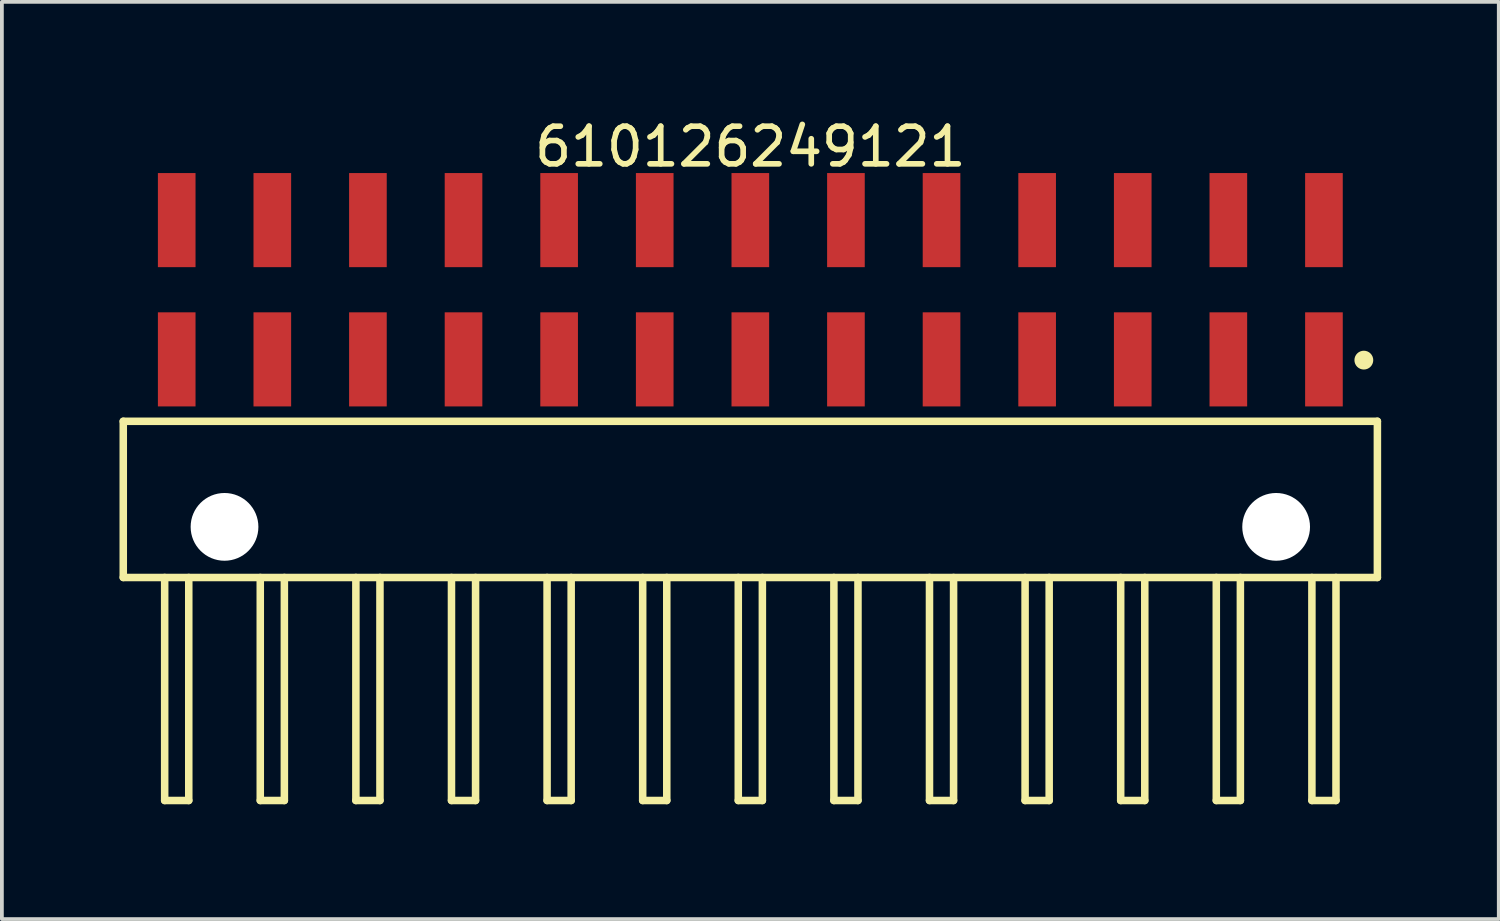
<source format=kicad_pcb>
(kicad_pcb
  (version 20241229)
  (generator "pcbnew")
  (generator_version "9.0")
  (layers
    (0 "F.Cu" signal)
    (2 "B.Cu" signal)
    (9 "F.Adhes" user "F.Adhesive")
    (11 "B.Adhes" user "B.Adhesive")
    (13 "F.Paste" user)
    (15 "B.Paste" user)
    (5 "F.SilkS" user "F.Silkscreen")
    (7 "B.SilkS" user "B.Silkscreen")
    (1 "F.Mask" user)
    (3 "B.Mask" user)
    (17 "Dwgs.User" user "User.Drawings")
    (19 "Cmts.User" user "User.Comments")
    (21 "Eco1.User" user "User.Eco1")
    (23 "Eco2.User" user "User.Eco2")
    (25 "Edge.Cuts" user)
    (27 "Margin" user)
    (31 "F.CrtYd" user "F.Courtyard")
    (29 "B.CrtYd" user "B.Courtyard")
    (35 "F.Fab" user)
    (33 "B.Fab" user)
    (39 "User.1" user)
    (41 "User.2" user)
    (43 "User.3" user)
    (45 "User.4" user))
  (footprint "610126249121"
    (layer "F.Cu")
    (at 16.885 10.218)
    (property "Reference" "610126249121" (at 0 -9.37 0) (layer "F.SilkS") (effects (font (size 1 1) (thickness 0.15))))
    (fp_line (start -16.66 -2.075) (end 16.66 -2.075) (stroke (width 0.2) (type solid)) (layer "F.SilkS"))
    (fp_line (start -16.66 2.075) (end -16.66 -2.075) (stroke (width 0.2) (type solid)) (layer "F.SilkS"))
    (fp_line (start -16.66 2.075) (end 16.66 2.075) (stroke (width 0.2) (type solid)) (layer "F.SilkS"))
    (fp_line (start -15.56 8) (end -15.56 2.075) (stroke (width 0.2) (type solid)) (layer "F.SilkS"))
    (fp_line (start -15.56 8) (end -14.92 8) (stroke (width 0.2) (type solid)) (layer "F.SilkS"))
    (fp_line (start -14.92 8) (end -14.92 2.075) (stroke (width 0.2) (type solid)) (layer "F.SilkS"))
    (fp_line (start -13.02 8) (end -13.02 2.075) (stroke (width 0.2) (type solid)) (layer "F.SilkS"))
    (fp_line (start -13.02 8) (end -12.38 8) (stroke (width 0.2) (type solid)) (layer "F.SilkS"))
    (fp_line (start -12.38 8) (end -12.38 2.075) (stroke (width 0.2) (type solid)) (layer "F.SilkS"))
    (fp_line (start -10.48 8) (end -10.48 2.075) (stroke (width 0.2) (type solid)) (layer "F.SilkS"))
    (fp_line (start -10.48 8) (end -9.84 8) (stroke (width 0.2) (type solid)) (layer "F.SilkS"))
    (fp_line (start -9.84 8) (end -9.84 2.075) (stroke (width 0.2) (type solid)) (layer "F.SilkS"))
    (fp_line (start -7.94 8) (end -7.94 2.075) (stroke (width 0.2) (type solid)) (layer "F.SilkS"))
    (fp_line (start -7.94 8) (end -7.3 8) (stroke (width 0.2) (type solid)) (layer "F.SilkS"))
    (fp_line (start -7.3 8) (end -7.3 2.075) (stroke (width 0.2) (type solid)) (layer "F.SilkS"))
    (fp_line (start -5.4 8) (end -5.4 2.075) (stroke (width 0.2) (type solid)) (layer "F.SilkS"))
    (fp_line (start -5.4 8) (end -4.76 8) (stroke (width 0.2) (type solid)) (layer "F.SilkS"))
    (fp_line (start -4.76 8) (end -4.76 2.075) (stroke (width 0.2) (type solid)) (layer "F.SilkS"))
    (fp_line (start -2.86 8) (end -2.86 2.075) (stroke (width 0.2) (type solid)) (layer "F.SilkS"))
    (fp_line (start -2.86 8) (end -2.22 8) (stroke (width 0.2) (type solid)) (layer "F.SilkS"))
    (fp_line (start -2.22 8) (end -2.22 2.075) (stroke (width 0.2) (type solid)) (layer "F.SilkS"))
    (fp_line (start -0.32 8) (end -0.32 2.075) (stroke (width 0.2) (type solid)) (layer "F.SilkS"))
    (fp_line (start -0.32 8) (end 0.32 8) (stroke (width 0.2) (type solid)) (layer "F.SilkS"))
    (fp_line (start 0.32 8) (end 0.32 2.075) (stroke (width 0.2) (type solid)) (layer "F.SilkS"))
    (fp_line (start 2.22 8) (end 2.22 2.075) (stroke (width 0.2) (type solid)) (layer "F.SilkS"))
    (fp_line (start 2.22 8) (end 2.86 8) (stroke (width 0.2) (type solid)) (layer "F.SilkS"))
    (fp_line (start 2.86 8) (end 2.86 2.075) (stroke (width 0.2) (type solid)) (layer "F.SilkS"))
    (fp_line (start 4.76 8) (end 4.76 2.075) (stroke (width 0.2) (type solid)) (layer "F.SilkS"))
    (fp_line (start 4.76 8) (end 5.4 8) (stroke (width 0.2) (type solid)) (layer "F.SilkS"))
    (fp_line (start 5.4 8) (end 5.4 2.075) (stroke (width 0.2) (type solid)) (layer "F.SilkS"))
    (fp_line (start 7.3 8) (end 7.3 2.075) (stroke (width 0.2) (type solid)) (layer "F.SilkS"))
    (fp_line (start 7.3 8) (end 7.94 8) (stroke (width 0.2) (type solid)) (layer "F.SilkS"))
    (fp_line (start 7.94 8) (end 7.94 2.075) (stroke (width 0.2) (type solid)) (layer "F.SilkS"))
    (fp_line (start 9.84 8) (end 9.84 2.075) (stroke (width 0.2) (type solid)) (layer "F.SilkS"))
    (fp_line (start 9.84 8) (end 10.48 8) (stroke (width 0.2) (type solid)) (layer "F.SilkS"))
    (fp_line (start 10.48 8) (end 10.48 2.075) (stroke (width 0.2) (type solid)) (layer "F.SilkS"))
    (fp_line (start 12.38 8) (end 12.38 2.075) (stroke (width 0.2) (type solid)) (layer "F.SilkS"))
    (fp_line (start 12.38 8) (end 13.02 8) (stroke (width 0.2) (type solid)) (layer "F.SilkS"))
    (fp_line (start 13.02 8) (end 13.02 2.075) (stroke (width 0.2) (type solid)) (layer "F.SilkS"))
    (fp_line (start 14.92 8) (end 14.92 2.075) (stroke (width 0.2) (type solid)) (layer "F.SilkS"))
    (fp_line (start 14.92 8) (end 15.56 8) (stroke (width 0.2) (type solid)) (layer "F.SilkS"))
    (fp_line (start 15.56 8) (end 15.56 2.075) (stroke (width 0.2) (type solid)) (layer "F.SilkS"))
    (fp_line (start 16.66 2.075) (end 16.66 -2.075) (stroke (width 0.2) (type solid)) (layer "F.SilkS"))
    (fp_circle (center 16.3 -3.7) (end 16.3 -3.825) (stroke (width 0.25) (type solid)) (fill no) (layer "F.SilkS"))
    (fp_line (start -16.86 -8.87) (end 16.86 -8.87) (stroke (width 0.05) (type solid)) (layer "Eco2.User"))
    (fp_line (start -16.86 8.125) (end -16.86 -8.87) (stroke (width 0.05) (type solid)) (layer "Eco2.User"))
    (fp_line (start -16.86 8.125) (end 16.86 8.125) (stroke (width 0.05) (type solid)) (layer "Eco2.User"))
    (fp_line (start -16.51 -2) (end 16.51 -2) (stroke (width 0.1) (type solid)) (layer "Eco2.User"))
    (fp_line (start -16.51 2) (end -16.51 -2) (stroke (width 0.1) (type solid)) (layer "Eco2.User"))
    (fp_line (start -16.51 2) (end 16.51 2) (stroke (width 0.1) (type solid)) (layer "Eco2.User"))
    (fp_line (start -15.57 -8.16) (end -14.93 -8.16) (stroke (width 0.1) (type solid)) (layer "Eco2.User"))
    (fp_line (start -15.57 -7.815) (end -15.57 -8.16) (stroke (width 0.1) (type solid)) (layer "Eco2.User"))
    (fp_line (start -15.57 -7.535) (end -15.57 -7.815) (stroke (width 0.1) (type solid)) (layer "Eco2.User"))
    (fp_line (start -15.57 -4.48) (end -14.93 -4.48) (stroke (width 0.1) (type solid)) (layer "Eco2.User"))
    (fp_line (start -15.57 -4.135) (end -15.57 -4.26) (stroke (width 0.1) (type solid)) (layer "Eco2.User"))
    (fp_line (start -15.57 -2) (end -15.57 -8.16) (stroke (width 0.1) (type solid)) (layer "Eco2.User"))
    (fp_line (start -15.56 8) (end -15.56 2) (stroke (width 0.1) (type solid)) (layer "Eco2.User"))
    (fp_line (start -15.56 8) (end -14.92 8) (stroke (width 0.1) (type solid)) (layer "Eco2.User"))
    (fp_line (start -14.93 -7.815) (end -14.93 -8.16) (stroke (width 0.1) (type solid)) (layer "Eco2.User"))
    (fp_line (start -14.93 -7.535) (end -14.93 -7.815) (stroke (width 0.1) (type solid)) (layer "Eco2.User"))
    (fp_line (start -14.93 -4.135) (end -14.93 -4.26) (stroke (width 0.1) (type solid)) (layer "Eco2.User"))
    (fp_line (start -14.93 -2) (end -14.93 -8.16) (stroke (width 0.1) (type solid)) (layer "Eco2.User"))
    (fp_line (start -14.92 8) (end -14.92 2) (stroke (width 0.1) (type solid)) (layer "Eco2.User"))
    (fp_line (start -13.03 -8.16) (end -12.39 -8.16) (stroke (width 0.1) (type solid)) (layer "Eco2.User"))
    (fp_line (start -13.03 -7.815) (end -13.03 -8.16) (stroke (width 0.1) (type solid)) (layer "Eco2.User"))
    (fp_line (start -13.03 -7.535) (end -13.03 -7.815) (stroke (width 0.1) (type solid)) (layer "Eco2.User"))
    (fp_line (start -13.03 -4.48) (end -12.39 -4.48) (stroke (width 0.1) (type solid)) (layer "Eco2.User"))
    (fp_line (start -13.03 -4.135) (end -13.03 -4.26) (stroke (width 0.1) (type solid)) (layer "Eco2.User"))
    (fp_line (start -13.03 -2) (end -13.03 -8.16) (stroke (width 0.1) (type solid)) (layer "Eco2.User"))
    (fp_line (start -13.02 8) (end -13.02 2) (stroke (width 0.1) (type solid)) (layer "Eco2.User"))
    (fp_line (start -13.02 8) (end -12.38 8) (stroke (width 0.1) (type solid)) (layer "Eco2.User"))
    (fp_line (start -12.39 -7.815) (end -12.39 -8.16) (stroke (width 0.1) (type solid)) (layer "Eco2.User"))
    (fp_line (start -12.39 -7.535) (end -12.39 -7.815) (stroke (width 0.1) (type solid)) (layer "Eco2.User"))
    (fp_line (start -12.39 -4.135) (end -12.39 -4.26) (stroke (width 0.1) (type solid)) (layer "Eco2.User"))
    (fp_line (start -12.39 -2) (end -12.39 -8.16) (stroke (width 0.1) (type solid)) (layer "Eco2.User"))
    (fp_line (start -12.38 8) (end -12.38 2) (stroke (width 0.1) (type solid)) (layer "Eco2.User"))
    (fp_line (start -10.49 -8.16) (end -9.85 -8.16) (stroke (width 0.1) (type solid)) (layer "Eco2.User"))
    (fp_line (start -10.49 -7.815) (end -10.49 -8.16) (stroke (width 0.1) (type solid)) (layer "Eco2.User"))
    (fp_line (start -10.49 -7.535) (end -10.49 -7.815) (stroke (width 0.1) (type solid)) (layer "Eco2.User"))
    (fp_line (start -10.49 -4.48) (end -9.85 -4.48) (stroke (width 0.1) (type solid)) (layer "Eco2.User"))
    (fp_line (start -10.49 -4.135) (end -10.49 -4.26) (stroke (width 0.1) (type solid)) (layer "Eco2.User"))
    (fp_line (start -10.49 -2) (end -10.49 -8.16) (stroke (width 0.1) (type solid)) (layer "Eco2.User"))
    (fp_line (start -10.48 8) (end -10.48 2) (stroke (width 0.1) (type solid)) (layer "Eco2.User"))
    (fp_line (start -10.48 8) (end -9.84 8) (stroke (width 0.1) (type solid)) (layer "Eco2.User"))
    (fp_line (start -9.85 -7.815) (end -9.85 -8.16) (stroke (width 0.1) (type solid)) (layer "Eco2.User"))
    (fp_line (start -9.85 -7.535) (end -9.85 -7.815) (stroke (width 0.1) (type solid)) (layer "Eco2.User"))
    (fp_line (start -9.85 -4.135) (end -9.85 -4.26) (stroke (width 0.1) (type solid)) (layer "Eco2.User"))
    (fp_line (start -9.85 -2) (end -9.85 -8.16) (stroke (width 0.1) (type solid)) (layer "Eco2.User"))
    (fp_line (start -9.84 8) (end -9.84 2) (stroke (width 0.1) (type solid)) (layer "Eco2.User"))
    (fp_line (start -7.95 -8.16) (end -7.31 -8.16) (stroke (width 0.1) (type solid)) (layer "Eco2.User"))
    (fp_line (start -7.95 -7.815) (end -7.95 -8.16) (stroke (width 0.1) (type solid)) (layer "Eco2.User"))
    (fp_line (start -7.95 -7.535) (end -7.95 -7.815) (stroke (width 0.1) (type solid)) (layer "Eco2.User"))
    (fp_line (start -7.95 -4.48) (end -7.31 -4.48) (stroke (width 0.1) (type solid)) (layer "Eco2.User"))
    (fp_line (start -7.95 -4.135) (end -7.95 -4.26) (stroke (width 0.1) (type solid)) (layer "Eco2.User"))
    (fp_line (start -7.95 -2) (end -7.95 -8.16) (stroke (width 0.1) (type solid)) (layer "Eco2.User"))
    (fp_line (start -7.94 8) (end -7.94 2) (stroke (width 0.1) (type solid)) (layer "Eco2.User"))
    (fp_line (start -7.94 8) (end -7.3 8) (stroke (width 0.1) (type solid)) (layer "Eco2.User"))
    (fp_line (start -7.31 -7.815) (end -7.31 -8.16) (stroke (width 0.1) (type solid)) (layer "Eco2.User"))
    (fp_line (start -7.31 -7.535) (end -7.31 -7.815) (stroke (width 0.1) (type solid)) (layer "Eco2.User"))
    (fp_line (start -7.31 -4.135) (end -7.31 -4.26) (stroke (width 0.1) (type solid)) (layer "Eco2.User"))
    (fp_line (start -7.31 -2) (end -7.31 -8.16) (stroke (width 0.1) (type solid)) (layer "Eco2.User"))
    (fp_line (start -7.3 8) (end -7.3 2) (stroke (width 0.1) (type solid)) (layer "Eco2.User"))
    (fp_line (start -5.41 -8.16) (end -4.77 -8.16) (stroke (width 0.1) (type solid)) (layer "Eco2.User"))
    (fp_line (start -5.41 -7.815) (end -5.41 -8.16) (stroke (width 0.1) (type solid)) (layer "Eco2.User"))
    (fp_line (start -5.41 -7.535) (end -5.41 -7.815) (stroke (width 0.1) (type solid)) (layer "Eco2.User"))
    (fp_line (start -5.41 -4.48) (end -4.77 -4.48) (stroke (width 0.1) (type solid)) (layer "Eco2.User"))
    (fp_line (start -5.41 -4.135) (end -5.41 -4.26) (stroke (width 0.1) (type solid)) (layer "Eco2.User"))
    (fp_line (start -5.41 -2) (end -5.41 -8.16) (stroke (width 0.1) (type solid)) (layer "Eco2.User"))
    (fp_line (start -5.4 8) (end -5.4 2) (stroke (width 0.1) (type solid)) (layer "Eco2.User"))
    (fp_line (start -5.4 8) (end -4.76 8) (stroke (width 0.1) (type solid)) (layer "Eco2.User"))
    (fp_line (start -4.77 -7.815) (end -4.77 -8.16) (stroke (width 0.1) (type solid)) (layer "Eco2.User"))
    (fp_line (start -4.77 -7.535) (end -4.77 -7.815) (stroke (width 0.1) (type solid)) (layer "Eco2.User"))
    (fp_line (start -4.77 -4.135) (end -4.77 -4.26) (stroke (width 0.1) (type solid)) (layer "Eco2.User"))
    (fp_line (start -4.77 -2) (end -4.77 -8.16) (stroke (width 0.1) (type solid)) (layer "Eco2.User"))
    (fp_line (start -4.76 8) (end -4.76 2) (stroke (width 0.1) (type solid)) (layer "Eco2.User"))
    (fp_line (start -2.87 -8.16) (end -2.23 -8.16) (stroke (width 0.1) (type solid)) (layer "Eco2.User"))
    (fp_line (start -2.87 -7.815) (end -2.87 -8.16) (stroke (width 0.1) (type solid)) (layer "Eco2.User"))
    (fp_line (start -2.87 -7.535) (end -2.87 -7.815) (stroke (width 0.1) (type solid)) (layer "Eco2.User"))
    (fp_line (start -2.87 -4.48) (end -2.23 -4.48) (stroke (width 0.1) (type solid)) (layer "Eco2.User"))
    (fp_line (start -2.87 -4.135) (end -2.87 -4.26) (stroke (width 0.1) (type solid)) (layer "Eco2.User"))
    (fp_line (start -2.87 -2) (end -2.87 -8.16) (stroke (width 0.1) (type solid)) (layer "Eco2.User"))
    (fp_line (start -2.86 8) (end -2.86 2) (stroke (width 0.1) (type solid)) (layer "Eco2.User"))
    (fp_line (start -2.86 8) (end -2.22 8) (stroke (width 0.1) (type solid)) (layer "Eco2.User"))
    (fp_line (start -2.23 -7.815) (end -2.23 -8.16) (stroke (width 0.1) (type solid)) (layer "Eco2.User"))
    (fp_line (start -2.23 -7.535) (end -2.23 -7.815) (stroke (width 0.1) (type solid)) (layer "Eco2.User"))
    (fp_line (start -2.23 -4.135) (end -2.23 -4.26) (stroke (width 0.1) (type solid)) (layer "Eco2.User"))
    (fp_line (start -2.23 -2) (end -2.23 -8.16) (stroke (width 0.1) (type solid)) (layer "Eco2.User"))
    (fp_line (start -2.22 8) (end -2.22 2) (stroke (width 0.1) (type solid)) (layer "Eco2.User"))
    (fp_line (start -0.5 0) (end 0.5 0) (stroke (width 0.05) (type solid)) (layer "Eco2.User"))
    (fp_line (start -0.33 -8.16) (end 0.31 -8.16) (stroke (width 0.1) (type solid)) (layer "Eco2.User"))
    (fp_line (start -0.33 -7.815) (end -0.33 -8.16) (stroke (width 0.1) (type solid)) (layer "Eco2.User"))
    (fp_line (start -0.33 -7.535) (end -0.33 -7.815) (stroke (width 0.1) (type solid)) (layer "Eco2.User"))
    (fp_line (start -0.33 -4.48) (end 0.31 -4.48) (stroke (width 0.1) (type solid)) (layer "Eco2.User"))
    (fp_line (start -0.33 -4.135) (end -0.33 -4.26) (stroke (width 0.1) (type solid)) (layer "Eco2.User"))
    (fp_line (start -0.33 -2) (end -0.33 -8.16) (stroke (width 0.1) (type solid)) (layer "Eco2.User"))
    (fp_line (start -0.32 8) (end -0.32 2) (stroke (width 0.1) (type solid)) (layer "Eco2.User"))
    (fp_line (start -0.32 8) (end 0.32 8) (stroke (width 0.1) (type solid)) (layer "Eco2.User"))
    (fp_line (start 0 0.5) (end 0 -0.5) (stroke (width 0.05) (type solid)) (layer "Eco2.User"))
    (fp_line (start 0.31 -7.815) (end 0.31 -8.16) (stroke (width 0.1) (type solid)) (layer "Eco2.User"))
    (fp_line (start 0.31 -7.535) (end 0.31 -7.815) (stroke (width 0.1) (type solid)) (layer "Eco2.User"))
    (fp_line (start 0.31 -4.135) (end 0.31 -4.26) (stroke (width 0.1) (type solid)) (layer "Eco2.User"))
    (fp_line (start 0.31 -2) (end 0.31 -8.16) (stroke (width 0.1) (type solid)) (layer "Eco2.User"))
    (fp_line (start 0.32 8) (end 0.32 2) (stroke (width 0.1) (type solid)) (layer "Eco2.User"))
    (fp_line (start 2.21 -8.16) (end 2.85 -8.16) (stroke (width 0.1) (type solid)) (layer "Eco2.User"))
    (fp_line (start 2.21 -7.815) (end 2.21 -8.16) (stroke (width 0.1) (type solid)) (layer "Eco2.User"))
    (fp_line (start 2.21 -7.535) (end 2.21 -7.815) (stroke (width 0.1) (type solid)) (layer "Eco2.User"))
    (fp_line (start 2.21 -4.48) (end 2.85 -4.48) (stroke (width 0.1) (type solid)) (layer "Eco2.User"))
    (fp_line (start 2.21 -4.135) (end 2.21 -4.26) (stroke (width 0.1) (type solid)) (layer "Eco2.User"))
    (fp_line (start 2.21 -2) (end 2.21 -8.16) (stroke (width 0.1) (type solid)) (layer "Eco2.User"))
    (fp_line (start 2.22 8) (end 2.22 2) (stroke (width 0.1) (type solid)) (layer "Eco2.User"))
    (fp_line (start 2.22 8) (end 2.86 8) (stroke (width 0.1) (type solid)) (layer "Eco2.User"))
    (fp_line (start 2.85 -7.815) (end 2.85 -8.16) (stroke (width 0.1) (type solid)) (layer "Eco2.User"))
    (fp_line (start 2.85 -7.535) (end 2.85 -7.815) (stroke (width 0.1) (type solid)) (layer "Eco2.User"))
    (fp_line (start 2.85 -4.135) (end 2.85 -4.26) (stroke (width 0.1) (type solid)) (layer "Eco2.User"))
    (fp_line (start 2.85 -2) (end 2.85 -8.16) (stroke (width 0.1) (type solid)) (layer "Eco2.User"))
    (fp_line (start 2.86 8) (end 2.86 2) (stroke (width 0.1) (type solid)) (layer "Eco2.User"))
    (fp_line (start 4.75 -8.16) (end 5.39 -8.16) (stroke (width 0.1) (type solid)) (layer "Eco2.User"))
    (fp_line (start 4.75 -7.815) (end 4.75 -8.16) (stroke (width 0.1) (type solid)) (layer "Eco2.User"))
    (fp_line (start 4.75 -7.535) (end 4.75 -7.815) (stroke (width 0.1) (type solid)) (layer "Eco2.User"))
    (fp_line (start 4.75 -4.48) (end 5.39 -4.48) (stroke (width 0.1) (type solid)) (layer "Eco2.User"))
    (fp_line (start 4.75 -4.135) (end 4.75 -4.26) (stroke (width 0.1) (type solid)) (layer "Eco2.User"))
    (fp_line (start 4.75 -2) (end 4.75 -8.16) (stroke (width 0.1) (type solid)) (layer "Eco2.User"))
    (fp_line (start 4.76 8) (end 4.76 2) (stroke (width 0.1) (type solid)) (layer "Eco2.User"))
    (fp_line (start 4.76 8) (end 5.4 8) (stroke (width 0.1) (type solid)) (layer "Eco2.User"))
    (fp_line (start 5.39 -7.815) (end 5.39 -8.16) (stroke (width 0.1) (type solid)) (layer "Eco2.User"))
    (fp_line (start 5.39 -7.535) (end 5.39 -7.815) (stroke (width 0.1) (type solid)) (layer "Eco2.User"))
    (fp_line (start 5.39 -4.135) (end 5.39 -4.26) (stroke (width 0.1) (type solid)) (layer "Eco2.User"))
    (fp_line (start 5.39 -2) (end 5.39 -8.16) (stroke (width 0.1) (type solid)) (layer "Eco2.User"))
    (fp_line (start 5.4 8) (end 5.4 2) (stroke (width 0.1) (type solid)) (layer "Eco2.User"))
    (fp_line (start 7.29 -8.16) (end 7.93 -8.16) (stroke (width 0.1) (type solid)) (layer "Eco2.User"))
    (fp_line (start 7.29 -7.815) (end 7.29 -8.16) (stroke (width 0.1) (type solid)) (layer "Eco2.User"))
    (fp_line (start 7.29 -7.535) (end 7.29 -7.815) (stroke (width 0.1) (type solid)) (layer "Eco2.User"))
    (fp_line (start 7.29 -4.48) (end 7.93 -4.48) (stroke (width 0.1) (type solid)) (layer "Eco2.User"))
    (fp_line (start 7.29 -4.135) (end 7.29 -4.26) (stroke (width 0.1) (type solid)) (layer "Eco2.User"))
    (fp_line (start 7.29 -2) (end 7.29 -8.16) (stroke (width 0.1) (type solid)) (layer "Eco2.User"))
    (fp_line (start 7.3 8) (end 7.3 2) (stroke (width 0.1) (type solid)) (layer "Eco2.User"))
    (fp_line (start 7.3 8) (end 7.94 8) (stroke (width 0.1) (type solid)) (layer "Eco2.User"))
    (fp_line (start 7.93 -7.815) (end 7.93 -8.16) (stroke (width 0.1) (type solid)) (layer "Eco2.User"))
    (fp_line (start 7.93 -7.535) (end 7.93 -7.815) (stroke (width 0.1) (type solid)) (layer "Eco2.User"))
    (fp_line (start 7.93 -4.135) (end 7.93 -4.26) (stroke (width 0.1) (type solid)) (layer "Eco2.User"))
    (fp_line (start 7.93 -2) (end 7.93 -8.16) (stroke (width 0.1) (type solid)) (layer "Eco2.User"))
    (fp_line (start 7.94 8) (end 7.94 2) (stroke (width 0.1) (type solid)) (layer "Eco2.User"))
    (fp_line (start 9.83 -8.16) (end 10.47 -8.16) (stroke (width 0.1) (type solid)) (layer "Eco2.User"))
    (fp_line (start 9.83 -7.815) (end 9.83 -8.16) (stroke (width 0.1) (type solid)) (layer "Eco2.User"))
    (fp_line (start 9.83 -7.535) (end 9.83 -7.815) (stroke (width 0.1) (type solid)) (layer "Eco2.User"))
    (fp_line (start 9.83 -4.48) (end 10.47 -4.48) (stroke (width 0.1) (type solid)) (layer "Eco2.User"))
    (fp_line (start 9.83 -4.135) (end 9.83 -4.26) (stroke (width 0.1) (type solid)) (layer "Eco2.User"))
    (fp_line (start 9.83 -2) (end 9.83 -8.16) (stroke (width 0.1) (type solid)) (layer "Eco2.User"))
    (fp_line (start 9.84 8) (end 9.84 2) (stroke (width 0.1) (type solid)) (layer "Eco2.User"))
    (fp_line (start 9.84 8) (end 10.48 8) (stroke (width 0.1) (type solid)) (layer "Eco2.User"))
    (fp_line (start 10.47 -7.815) (end 10.47 -8.16) (stroke (width 0.1) (type solid)) (layer "Eco2.User"))
    (fp_line (start 10.47 -7.535) (end 10.47 -7.815) (stroke (width 0.1) (type solid)) (layer "Eco2.User"))
    (fp_line (start 10.47 -4.135) (end 10.47 -4.26) (stroke (width 0.1) (type solid)) (layer "Eco2.User"))
    (fp_line (start 10.47 -2) (end 10.47 -8.16) (stroke (width 0.1) (type solid)) (layer "Eco2.User"))
    (fp_line (start 10.48 8) (end 10.48 2) (stroke (width 0.1) (type solid)) (layer "Eco2.User"))
    (fp_line (start 12.37 -8.16) (end 13.01 -8.16) (stroke (width 0.1) (type solid)) (layer "Eco2.User"))
    (fp_line (start 12.37 -7.815) (end 12.37 -8.16) (stroke (width 0.1) (type solid)) (layer "Eco2.User"))
    (fp_line (start 12.37 -7.535) (end 12.37 -7.815) (stroke (width 0.1) (type solid)) (layer "Eco2.User"))
    (fp_line (start 12.37 -4.48) (end 13.01 -4.48) (stroke (width 0.1) (type solid)) (layer "Eco2.User"))
    (fp_line (start 12.37 -4.135) (end 12.37 -4.26) (stroke (width 0.1) (type solid)) (layer "Eco2.User"))
    (fp_line (start 12.37 -2) (end 12.37 -8.16) (stroke (width 0.1) (type solid)) (layer "Eco2.User"))
    (fp_line (start 12.38 8) (end 12.38 2) (stroke (width 0.1) (type solid)) (layer "Eco2.User"))
    (fp_line (start 12.38 8) (end 13.02 8) (stroke (width 0.1) (type solid)) (layer "Eco2.User"))
    (fp_line (start 13.01 -7.815) (end 13.01 -8.16) (stroke (width 0.1) (type solid)) (layer "Eco2.User"))
    (fp_line (start 13.01 -7.535) (end 13.01 -7.815) (stroke (width 0.1) (type solid)) (layer "Eco2.User"))
    (fp_line (start 13.01 -4.135) (end 13.01 -4.26) (stroke (width 0.1) (type solid)) (layer "Eco2.User"))
    (fp_line (start 13.01 -2) (end 13.01 -8.16) (stroke (width 0.1) (type solid)) (layer "Eco2.User"))
    (fp_line (start 13.02 8) (end 13.02 2) (stroke (width 0.1) (type solid)) (layer "Eco2.User"))
    (fp_line (start 14.91 -8.16) (end 15.55 -8.16) (stroke (width 0.1) (type solid)) (layer "Eco2.User"))
    (fp_line (start 14.91 -7.815) (end 14.91 -8.16) (stroke (width 0.1) (type solid)) (layer "Eco2.User"))
    (fp_line (start 14.91 -7.535) (end 14.91 -7.815) (stroke (width 0.1) (type solid)) (layer "Eco2.User"))
    (fp_line (start 14.91 -4.48) (end 15.55 -4.48) (stroke (width 0.1) (type solid)) (layer "Eco2.User"))
    (fp_line (start 14.91 -4.135) (end 14.91 -4.26) (stroke (width 0.1) (type solid)) (layer "Eco2.User"))
    (fp_line (start 14.91 -2) (end 14.91 -8.16) (stroke (width 0.1) (type solid)) (layer "Eco2.User"))
    (fp_line (start 14.92 8) (end 14.92 2) (stroke (width 0.1) (type solid)) (layer "Eco2.User"))
    (fp_line (start 14.92 8) (end 15.56 8) (stroke (width 0.1) (type solid)) (layer "Eco2.User"))
    (fp_line (start 15.55 -7.815) (end 15.55 -8.16) (stroke (width 0.1) (type solid)) (layer "Eco2.User"))
    (fp_line (start 15.55 -7.535) (end 15.55 -7.815) (stroke (width 0.1) (type solid)) (layer "Eco2.User"))
    (fp_line (start 15.55 -4.135) (end 15.55 -4.26) (stroke (width 0.1) (type solid)) (layer "Eco2.User"))
    (fp_line (start 15.55 -2) (end 15.55 -8.16) (stroke (width 0.1) (type solid)) (layer "Eco2.User"))
    (fp_line (start 15.56 8) (end 15.56 2) (stroke (width 0.1) (type solid)) (layer "Eco2.User"))
    (fp_line (start 16.51 2) (end 16.51 -2) (stroke (width 0.1) (type solid)) (layer "Eco2.User"))
    (fp_line (start 16.86 8.125) (end 16.86 -8.87) (stroke (width 0.05) (type solid)) (layer "Eco2.User"))
    (fp_text user "${REFERENCE}" (at 0.15 -0.197 0) (unlocked yes) (layer "User.3") (effects (font (size 1.5 1.5) (thickness 0.15))))
    (pad "" np_thru_hole circle (at -13.97 0.73) (size 1.8 1.8) (drill 1.8) (layers "*.Cu" "*.Mask"))
    (pad "" np_thru_hole circle (at 13.97 0.73) (size 1.8 1.8) (drill 1.8) (layers "*.Cu" "*.Mask"))
    (pad "1" smd rect (at 15.24 -3.72) (size 1 2.5) (layers "F.Cu" "F.Mask" "F.Paste"))
    (pad "2" smd rect (at 15.24 -7.42) (size 1 2.5) (layers "F.Cu" "F.Mask" "F.Paste"))
    (pad "3" smd rect (at 12.7 -3.72) (size 1 2.5) (layers "F.Cu" "F.Mask" "F.Paste"))
    (pad "4" smd rect (at 12.7 -7.42) (size 1 2.5) (layers "F.Cu" "F.Mask" "F.Paste"))
    (pad "5" smd rect (at 10.16 -3.72) (size 1 2.5) (layers "F.Cu" "F.Mask" "F.Paste"))
    (pad "6" smd rect (at 10.16 -7.42) (size 1 2.5) (layers "F.Cu" "F.Mask" "F.Paste"))
    (pad "7" smd rect (at 7.62 -3.72) (size 1 2.5) (layers "F.Cu" "F.Mask" "F.Paste"))
    (pad "8" smd rect (at 7.62 -7.42) (size 1 2.5) (layers "F.Cu" "F.Mask" "F.Paste"))
    (pad "9" smd rect (at 5.08 -3.72) (size 1 2.5) (layers "F.Cu" "F.Mask" "F.Paste"))
    (pad "10" smd rect (at 5.08 -7.42) (size 1 2.5) (layers "F.Cu" "F.Mask" "F.Paste"))
    (pad "11" smd rect (at 2.54 -3.72) (size 1 2.5) (layers "F.Cu" "F.Mask" "F.Paste"))
    (pad "12" smd rect (at 2.54 -7.42) (size 1 2.5) (layers "F.Cu" "F.Mask" "F.Paste"))
    (pad "13" smd rect (at 0 -3.72) (size 1 2.5) (layers "F.Cu" "F.Mask" "F.Paste"))
    (pad "14" smd rect (at 0 -7.42) (size 1 2.5) (layers "F.Cu" "F.Mask" "F.Paste"))
    (pad "15" smd rect (at -2.54 -3.72) (size 1 2.5) (layers "F.Cu" "F.Mask" "F.Paste"))
    (pad "16" smd rect (at -2.54 -7.42) (size 1 2.5) (layers "F.Cu" "F.Mask" "F.Paste"))
    (pad "17" smd rect (at -5.08 -3.72) (size 1 2.5) (layers "F.Cu" "F.Mask" "F.Paste"))
    (pad "18" smd rect (at -5.08 -7.42) (size 1 2.5) (layers "F.Cu" "F.Mask" "F.Paste"))
    (pad "19" smd rect (at -7.62 -3.72) (size 1 2.5) (layers "F.Cu" "F.Mask" "F.Paste"))
    (pad "20" smd rect (at -7.62 -7.42) (size 1 2.5) (layers "F.Cu" "F.Mask" "F.Paste"))
    (pad "21" smd rect (at -10.16 -3.72) (size 1 2.5) (layers "F.Cu" "F.Mask" "F.Paste"))
    (pad "22" smd rect (at -10.16 -7.42) (size 1 2.5) (layers "F.Cu" "F.Mask" "F.Paste"))
    (pad "23" smd rect (at -12.7 -3.72) (size 1 2.5) (layers "F.Cu" "F.Mask" "F.Paste"))
    (pad "24" smd rect (at -12.7 -7.42) (size 1 2.5) (layers "F.Cu" "F.Mask" "F.Paste"))
    (pad "25" smd rect (at -15.24 -3.72) (size 1 2.5) (layers "F.Cu" "F.Mask" "F.Paste"))
    (pad "26" smd rect (at -15.24 -7.42) (size 1 2.5) (layers "F.Cu" "F.Mask" "F.Paste")))
  (gr_rect
    (start -3 -3)
    (end 36.77 21.368)
    (stroke (width 0.1) (type default))
    (fill no)
    (layer "Edge.Cuts")))
</source>
